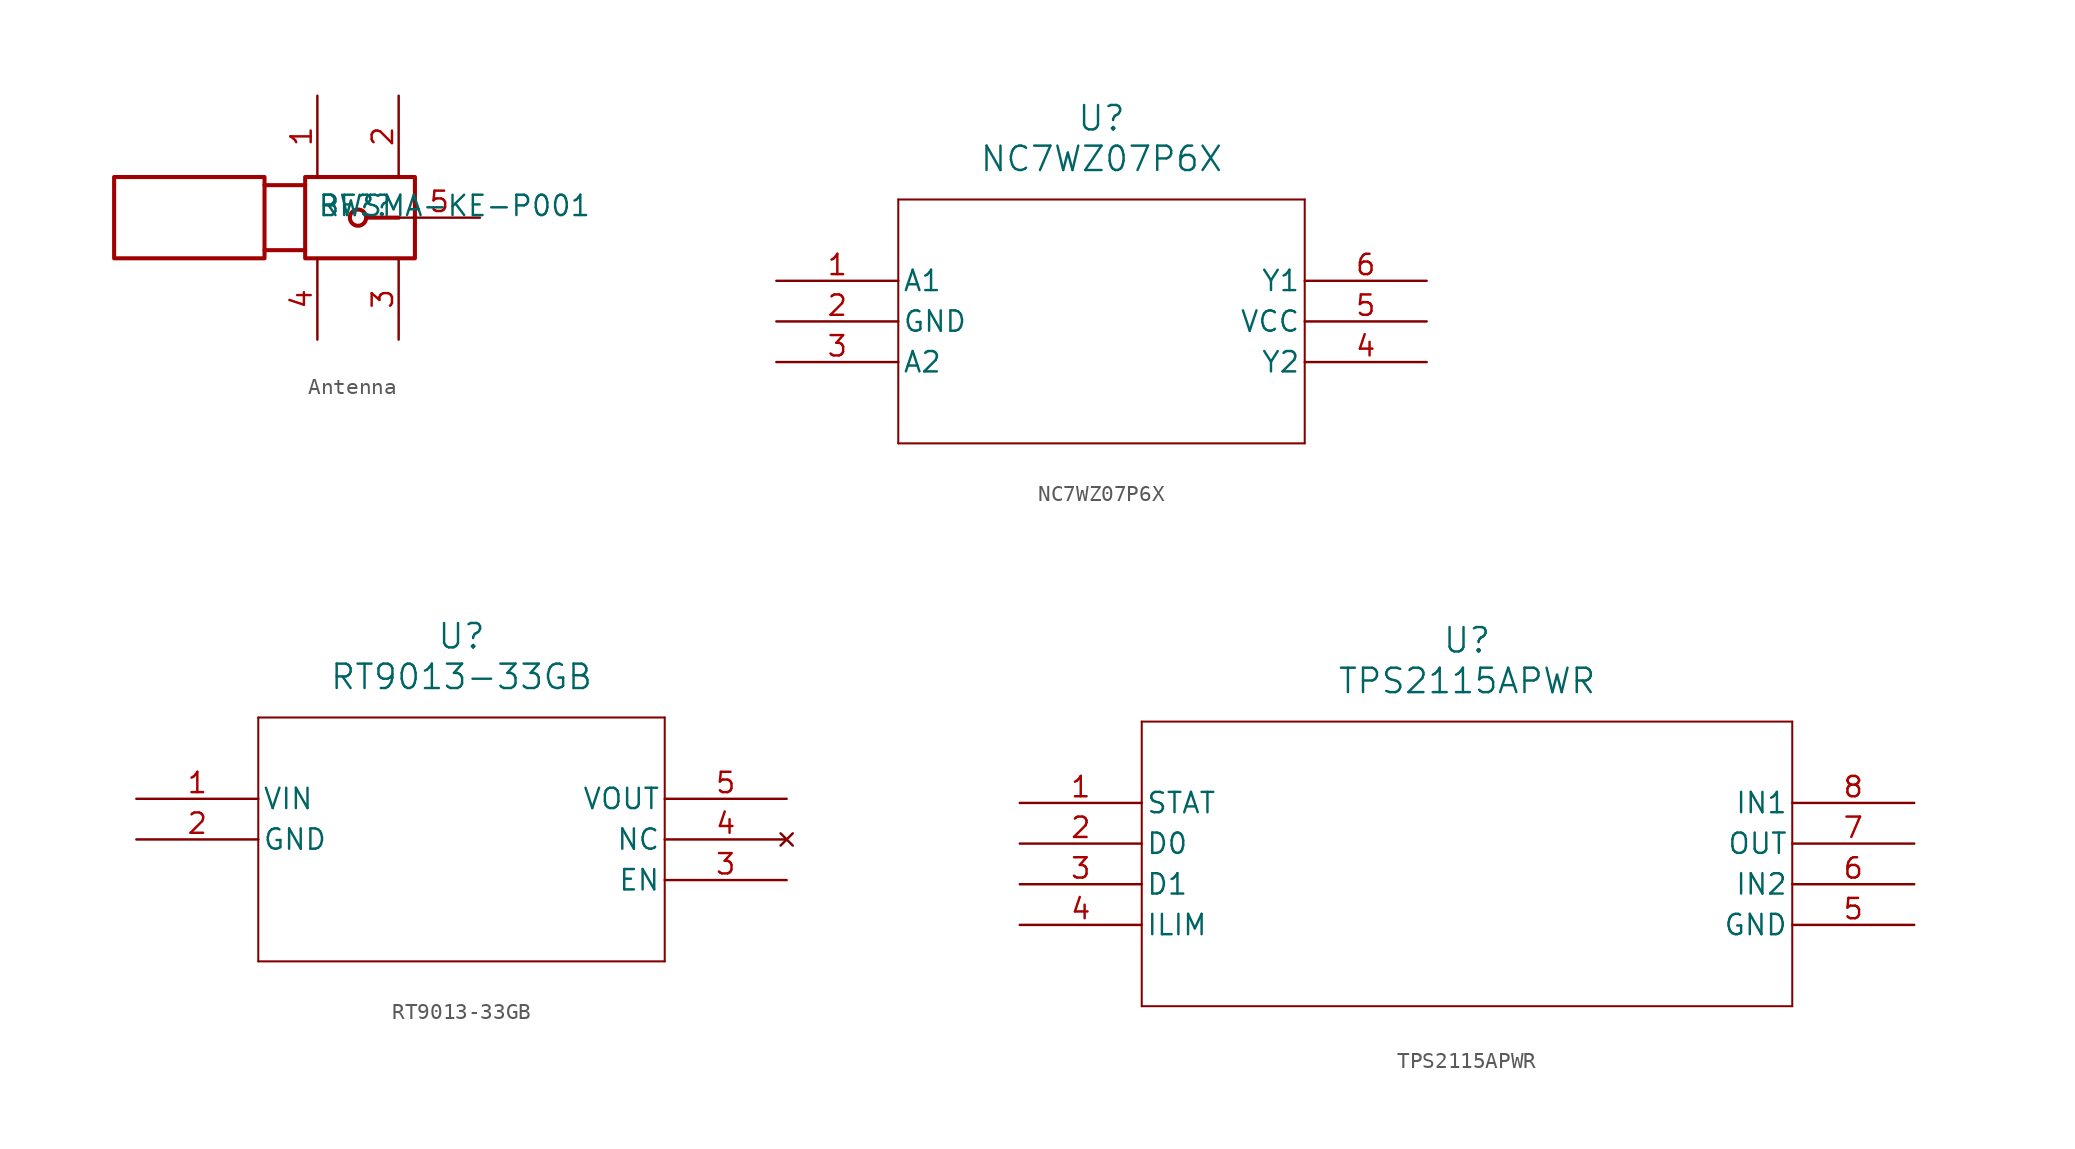
<source format=kicad_sym>
(kicad_symbol_lib
  (version 20241209)
  (generator "kicad_symbol_editor")
  (generator_version "9.0")
  (symbol "Antenna"
    (property "Reference" "RF?"
      (at 0 0 0)
      (effects (font (size 1.27 1.27)) (justify left bottom)))
    (property "Value" "BWSMA-KE-P001"
      (at 0 0 0)
      (effects (font (size 1.27 1.27)) (justify left bottom)))
    (symbol "Antenna_1_0"
      (rectangle (start -12.7 2.54) (end -3.302 -2.54) (stroke (width 0.254) (type solid) (color 160 0 0 1)) (fill (type none)))
      (polyline (pts (xy -3.302 2.032) (xy -0.762 2.032)) (stroke (width 0.254) (type solid) (color 160 0 0 1)) (fill (type none)))
      (polyline (pts (xy -3.302 -2.032) (xy -0.762 -2.032)) (stroke (width 0.254) (type solid) (color 160 0 0 1)) (fill (type none)))
      (rectangle (start -0.762 2.54) (end 6.096 -2.54) (stroke (width 0.254) (type solid) (color 160 0 0 1)) (fill (type none)))
      (circle (center 2.54 0) (radius 0.508) (stroke (width 0.254) (type solid) (color 160 0 0 1)) (fill (type none)))
      (polyline (pts (xy 3.048 0) (xy 5.08 0)) (stroke (width 0.254) (type solid) (color 160 0 0 1)) (fill (type none)))
      (pin passive line (at 0 7.62 270) (length 5.08) (name "1" (effects (font (size 0 0)))) (number "1" (effects (font (size 1.27 1.27)))))
      (pin passive line (at 0 -7.62 90) (length 5.08) (name "4" (effects (font (size 0 0)))) (number "4" (effects (font (size 1.27 1.27)))))
      (pin passive line (at 5.08 7.62 270) (length 5.08) (name "2" (effects (font (size 0 0)))) (number "2" (effects (font (size 1.27 1.27)))))
      (pin passive line (at 5.08 -7.62 90) (length 5.08) (name "3" (effects (font (size 0 0)))) (number "3" (effects (font (size 1.27 1.27)))))
      (pin passive line (at 10.16 0 180) (length 5.08) (name "5" (effects (font (size 0 0)))) (number "5" (effects (font (size 1.27 1.27)))))))
  (symbol "NC7WZ07P6X"
    (pin_names
      (offset 0.254))
    (property "Reference" "U"
      (at 20.32 10.16 0)
      (effects (font (size 1.524 1.524))))
    (property "Value" "NC7WZ07P6X"
      (at 20.32 7.62 0)
      (effects (font (size 1.524 1.524))))
    (property "ki_locked" ""
      (at 0 0 0)
      (effects (font (size 1.27 1.27))))
    (symbol "NC7WZ07P6X_0_1"
      (polyline (pts (xy 7.62 5.08) (xy 7.62 -10.16)) (stroke (width 0.127) (type default)) (fill (type none)))
      (polyline (pts (xy 7.62 -10.16) (xy 33.02 -10.16)) (stroke (width 0.127) (type default)) (fill (type none)))
      (polyline (pts (xy 33.02 5.08) (xy 7.62 5.08)) (stroke (width 0.127) (type default)) (fill (type none)))
      (polyline (pts (xy 33.02 -10.16) (xy 33.02 5.08)) (stroke (width 0.127) (type default)) (fill (type none)))
      (pin input line (at 0 0 0) (length 7.62) (name "A1" (effects (font (size 1.27 1.27)))) (number "1" (effects (font (size 1.27 1.27)))))
      (pin power_out line (at 0 -2.54 0) (length 7.62) (name "GND" (effects (font (size 1.27 1.27)))) (number "2" (effects (font (size 1.27 1.27)))))
      (pin input line (at 0 -5.08 0) (length 7.62) (name "A2" (effects (font (size 1.27 1.27)))) (number "3" (effects (font (size 1.27 1.27)))))
      (pin output line (at 40.64 0 180) (length 7.62) (name "Y1" (effects (font (size 1.27 1.27)))) (number "6" (effects (font (size 1.27 1.27)))))
      (pin power_in line (at 40.64 -2.54 180) (length 7.62) (name "VCC" (effects (font (size 1.27 1.27)))) (number "5" (effects (font (size 1.27 1.27)))))
      (pin output line (at 40.64 -5.08 180) (length 7.62) (name "Y2" (effects (font (size 1.27 1.27)))) (number "4" (effects (font (size 1.27 1.27)))))))
  (symbol "RT9013-33GB"
    (pin_names
      (offset 0.254))
    (property "Reference" "U"
      (at 20.32 10.16 0)
      (effects (font (size 1.524 1.524))))
    (property "Value" "RT9013-33GB"
      (at 20.32 7.62 0)
      (effects (font (size 1.524 1.524))))
    (property "ki_locked" ""
      (at 0 0 0)
      (effects (font (size 1.27 1.27))))
    (symbol "RT9013-33GB_0_1"
      (polyline (pts (xy 7.62 5.08) (xy 7.62 -10.16)) (stroke (width 0.127) (type default)) (fill (type none)))
      (polyline (pts (xy 7.62 -10.16) (xy 33.02 -10.16)) (stroke (width 0.127) (type default)) (fill (type none)))
      (polyline (pts (xy 33.02 5.08) (xy 7.62 5.08)) (stroke (width 0.127) (type default)) (fill (type none)))
      (polyline (pts (xy 33.02 -10.16) (xy 33.02 5.08)) (stroke (width 0.127) (type default)) (fill (type none)))
      (pin input line (at 0 0 0) (length 7.62) (name "VIN" (effects (font (size 1.27 1.27)))) (number "1" (effects (font (size 1.27 1.27)))))
      (pin power_out line (at 0 -2.54 0) (length 7.62) (name "GND" (effects (font (size 1.27 1.27)))) (number "2" (effects (font (size 1.27 1.27)))))
      (pin output line (at 40.64 0 180) (length 7.62) (name "VOUT" (effects (font (size 1.27 1.27)))) (number "5" (effects (font (size 1.27 1.27)))))
      (pin no_connect line (at 40.64 -2.54 180) (length 7.62) (name "NC" (effects (font (size 1.27 1.27)))) (number "4" (effects (font (size 1.27 1.27)))))
      (pin unspecified line (at 40.64 -5.08 180) (length 7.62) (name "EN" (effects (font (size 1.27 1.27)))) (number "3" (effects (font (size 1.27 1.27)))))))
  (symbol "TPS2115APWR"
    (pin_names
      (offset 0.254))
    (property "Reference" "U"
      (at 27.94 10.16 0)
      (effects (font (size 1.524 1.524))))
    (property "Value" "TPS2115APWR"
      (at 27.94 7.62 0)
      (effects (font (size 1.524 1.524))))
    (property "ki_locked" ""
      (at 0 0 0)
      (effects (font (size 1.27 1.27))))
    (symbol "TPS2115APWR_0_1"
      (polyline (pts (xy 7.62 5.08) (xy 7.62 -12.7)) (stroke (width 0.127) (type default)) (fill (type none)))
      (polyline (pts (xy 7.62 -12.7) (xy 48.26 -12.7)) (stroke (width 0.127) (type default)) (fill (type none)))
      (polyline (pts (xy 48.26 5.08) (xy 7.62 5.08)) (stroke (width 0.127) (type default)) (fill (type none)))
      (polyline (pts (xy 48.26 -12.7) (xy 48.26 5.08)) (stroke (width 0.127) (type default)) (fill (type none)))
      (pin output line (at 0 0 0) (length 7.62) (name "STAT" (effects (font (size 1.27 1.27)))) (number "1" (effects (font (size 1.27 1.27)))))
      (pin input line (at 0 -2.54 0) (length 7.62) (name "D0" (effects (font (size 1.27 1.27)))) (number "2" (effects (font (size 1.27 1.27)))))
      (pin input line (at 0 -5.08 0) (length 7.62) (name "D1" (effects (font (size 1.27 1.27)))) (number "3" (effects (font (size 1.27 1.27)))))
      (pin input line (at 0 -7.62 0) (length 7.62) (name "ILIM" (effects (font (size 1.27 1.27)))) (number "4" (effects (font (size 1.27 1.27)))))
      (pin input line (at 55.88 0 180) (length 7.62) (name "IN1" (effects (font (size 1.27 1.27)))) (number "8" (effects (font (size 1.27 1.27)))))
      (pin output line (at 55.88 -2.54 180) (length 7.62) (name "OUT" (effects (font (size 1.27 1.27)))) (number "7" (effects (font (size 1.27 1.27)))))
      (pin input line (at 55.88 -5.08 180) (length 7.62) (name "IN2" (effects (font (size 1.27 1.27)))) (number "6" (effects (font (size 1.27 1.27)))))
      (pin power_in line (at 55.88 -7.62 180) (length 7.62) (name "GND" (effects (font (size 1.27 1.27)))) (number "5" (effects (font (size 1.27 1.27))))))))
</source>
